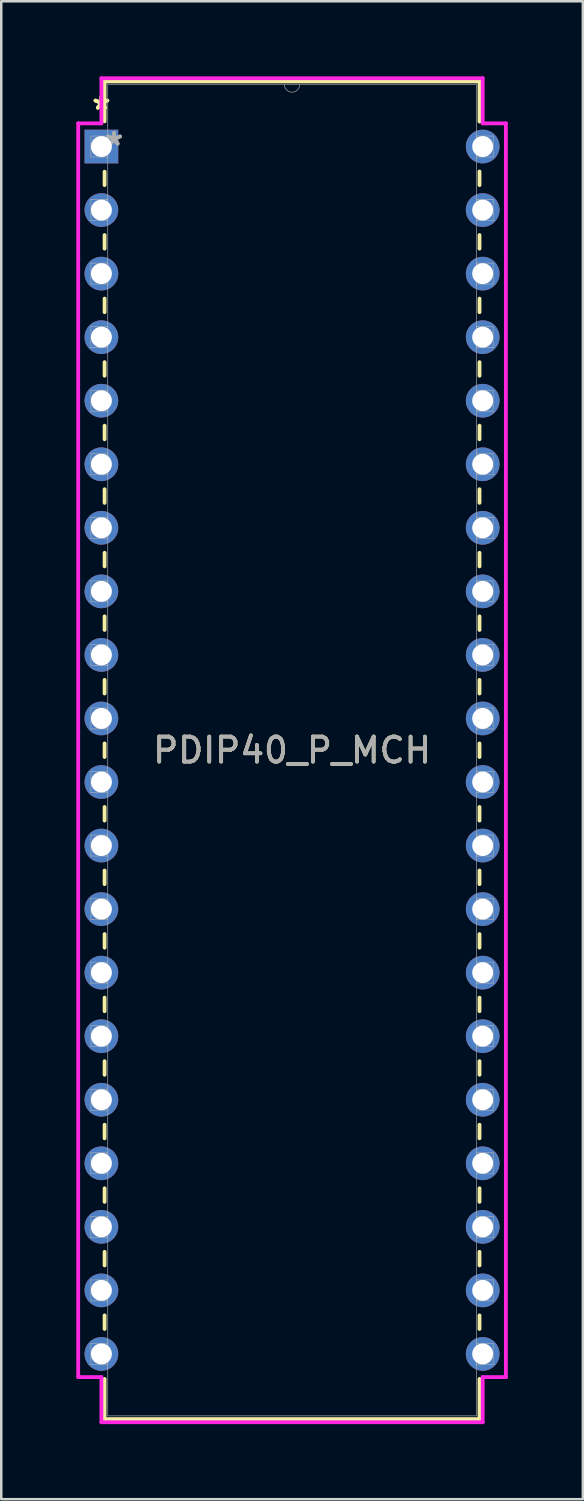
<source format=kicad_pcb>
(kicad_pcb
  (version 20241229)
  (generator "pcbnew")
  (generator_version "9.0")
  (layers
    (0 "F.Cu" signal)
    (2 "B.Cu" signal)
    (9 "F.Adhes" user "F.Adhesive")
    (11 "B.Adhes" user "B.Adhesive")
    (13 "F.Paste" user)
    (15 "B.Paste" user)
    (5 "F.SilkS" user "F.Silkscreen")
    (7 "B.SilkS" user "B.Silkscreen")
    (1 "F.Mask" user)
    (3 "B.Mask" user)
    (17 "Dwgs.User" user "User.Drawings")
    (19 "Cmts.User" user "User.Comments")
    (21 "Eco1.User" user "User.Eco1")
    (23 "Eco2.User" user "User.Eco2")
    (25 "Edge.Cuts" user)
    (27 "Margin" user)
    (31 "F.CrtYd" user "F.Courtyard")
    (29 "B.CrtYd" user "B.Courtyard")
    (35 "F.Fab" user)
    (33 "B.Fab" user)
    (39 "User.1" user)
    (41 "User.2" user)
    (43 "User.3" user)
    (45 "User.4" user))
  (footprint "PDIP40_P_MCH"
    (layer "F.Cu")
    (at 1.003 2.807)
    (property "Reference" "PDIP40_P_MCH" (at 7.62 24.13 0) (unlocked yes) (layer "F.SilkS") (effects (font (size 1 1) (thickness 0.15))))
    (attr through_hole)
    (fp_line (start 0.127 -2.603) (end 0.127 -1.006) (stroke (width 0.152) (type solid)) (layer "F.SilkS"))
    (fp_line (start 0.127 1.006) (end 0.127 1.542) (stroke (width 0.152) (type solid)) (layer "F.SilkS"))
    (fp_line (start 0.127 3.538) (end 0.127 4.082) (stroke (width 0.152) (type solid)) (layer "F.SilkS"))
    (fp_line (start 0.127 6.078) (end 0.127 6.622) (stroke (width 0.152) (type solid)) (layer "F.SilkS"))
    (fp_line (start 0.127 8.618) (end 0.127 9.162) (stroke (width 0.152) (type solid)) (layer "F.SilkS"))
    (fp_line (start 0.127 11.158) (end 0.127 11.702) (stroke (width 0.152) (type solid)) (layer "F.SilkS"))
    (fp_line (start 0.127 13.698) (end 0.127 14.242) (stroke (width 0.152) (type solid)) (layer "F.SilkS"))
    (fp_line (start 0.127 16.238) (end 0.127 16.782) (stroke (width 0.152) (type solid)) (layer "F.SilkS"))
    (fp_line (start 0.127 18.778) (end 0.127 19.322) (stroke (width 0.152) (type solid)) (layer "F.SilkS"))
    (fp_line (start 0.127 21.318) (end 0.127 21.862) (stroke (width 0.152) (type solid)) (layer "F.SilkS"))
    (fp_line (start 0.127 23.858) (end 0.127 24.402) (stroke (width 0.152) (type solid)) (layer "F.SilkS"))
    (fp_line (start 0.127 26.398) (end 0.127 26.942) (stroke (width 0.152) (type solid)) (layer "F.SilkS"))
    (fp_line (start 0.127 28.938) (end 0.127 29.482) (stroke (width 0.152) (type solid)) (layer "F.SilkS"))
    (fp_line (start 0.127 31.478) (end 0.127 32.022) (stroke (width 0.152) (type solid)) (layer "F.SilkS"))
    (fp_line (start 0.127 34.018) (end 0.127 34.562) (stroke (width 0.152) (type solid)) (layer "F.SilkS"))
    (fp_line (start 0.127 36.558) (end 0.127 37.102) (stroke (width 0.152) (type solid)) (layer "F.SilkS"))
    (fp_line (start 0.127 39.098) (end 0.127 39.642) (stroke (width 0.152) (type solid)) (layer "F.SilkS"))
    (fp_line (start 0.127 41.638) (end 0.127 42.182) (stroke (width 0.152) (type solid)) (layer "F.SilkS"))
    (fp_line (start 0.127 44.178) (end 0.127 44.722) (stroke (width 0.152) (type solid)) (layer "F.SilkS"))
    (fp_line (start 0.127 46.718) (end 0.127 47.262) (stroke (width 0.152) (type solid)) (layer "F.SilkS"))
    (fp_line (start 0.127 49.258) (end 0.127 50.864) (stroke (width 0.152) (type solid)) (layer "F.SilkS"))
    (fp_line (start 0.127 50.864) (end 15.113 50.864) (stroke (width 0.152) (type solid)) (layer "F.SilkS"))
    (fp_line (start 15.113 -2.603) (end 0.127 -2.603) (stroke (width 0.152) (type solid)) (layer "F.SilkS"))
    (fp_line (start 15.113 -0.998) (end 15.113 -2.603) (stroke (width 0.152) (type solid)) (layer "F.SilkS"))
    (fp_line (start 15.113 1.542) (end 15.113 0.998) (stroke (width 0.152) (type solid)) (layer "F.SilkS"))
    (fp_line (start 15.113 4.082) (end 15.113 3.538) (stroke (width 0.152) (type solid)) (layer "F.SilkS"))
    (fp_line (start 15.113 6.622) (end 15.113 6.078) (stroke (width 0.152) (type solid)) (layer "F.SilkS"))
    (fp_line (start 15.113 9.162) (end 15.113 8.618) (stroke (width 0.152) (type solid)) (layer "F.SilkS"))
    (fp_line (start 15.113 11.702) (end 15.113 11.158) (stroke (width 0.152) (type solid)) (layer "F.SilkS"))
    (fp_line (start 15.113 14.242) (end 15.113 13.698) (stroke (width 0.152) (type solid)) (layer "F.SilkS"))
    (fp_line (start 15.113 16.782) (end 15.113 16.238) (stroke (width 0.152) (type solid)) (layer "F.SilkS"))
    (fp_line (start 15.113 19.322) (end 15.113 18.778) (stroke (width 0.152) (type solid)) (layer "F.SilkS"))
    (fp_line (start 15.113 21.862) (end 15.113 21.318) (stroke (width 0.152) (type solid)) (layer "F.SilkS"))
    (fp_line (start 15.113 24.402) (end 15.113 23.858) (stroke (width 0.152) (type solid)) (layer "F.SilkS"))
    (fp_line (start 15.113 26.942) (end 15.113 26.398) (stroke (width 0.152) (type solid)) (layer "F.SilkS"))
    (fp_line (start 15.113 29.482) (end 15.113 28.938) (stroke (width 0.152) (type solid)) (layer "F.SilkS"))
    (fp_line (start 15.113 32.022) (end 15.113 31.478) (stroke (width 0.152) (type solid)) (layer "F.SilkS"))
    (fp_line (start 15.113 34.562) (end 15.113 34.018) (stroke (width 0.152) (type solid)) (layer "F.SilkS"))
    (fp_line (start 15.113 37.102) (end 15.113 36.558) (stroke (width 0.152) (type solid)) (layer "F.SilkS"))
    (fp_line (start 15.113 39.642) (end 15.113 39.098) (stroke (width 0.152) (type solid)) (layer "F.SilkS"))
    (fp_line (start 15.113 42.182) (end 15.113 41.638) (stroke (width 0.152) (type solid)) (layer "F.SilkS"))
    (fp_line (start 15.113 44.722) (end 15.113 44.178) (stroke (width 0.152) (type solid)) (layer "F.SilkS"))
    (fp_line (start 15.113 47.262) (end 15.113 46.718) (stroke (width 0.152) (type solid)) (layer "F.SilkS"))
    (fp_line (start 15.113 50.864) (end 15.113 49.258) (stroke (width 0.152) (type solid)) (layer "F.SilkS"))
    (fp_line (start -0.927 -0.927) (end 0 -0.927) (stroke (width 0.152) (type solid)) (layer "F.CrtYd"))
    (fp_line (start -0.927 49.187) (end -0.927 -0.927) (stroke (width 0.152) (type solid)) (layer "F.CrtYd"))
    (fp_line (start 0 -2.731) (end 15.24 -2.731) (stroke (width 0.152) (type solid)) (layer "F.CrtYd"))
    (fp_line (start 0 -0.927) (end 0 -2.731) (stroke (width 0.152) (type solid)) (layer "F.CrtYd"))
    (fp_line (start 0 49.187) (end -0.927 49.187) (stroke (width 0.152) (type solid)) (layer "F.CrtYd"))
    (fp_line (start 0 50.99) (end 0 49.187) (stroke (width 0.152) (type solid)) (layer "F.CrtYd"))
    (fp_line (start 15.24 -2.731) (end 15.24 -0.927) (stroke (width 0.152) (type solid)) (layer "F.CrtYd"))
    (fp_line (start 15.24 49.187) (end 15.24 50.99) (stroke (width 0.152) (type solid)) (layer "F.CrtYd"))
    (fp_line (start 15.24 50.99) (end 0 50.99) (stroke (width 0.152) (type solid)) (layer "F.CrtYd"))
    (fp_line (start 16.167 -0.927) (end 15.24 -0.927) (stroke (width 0.152) (type solid)) (layer "F.CrtYd"))
    (fp_line (start 16.167 -0.927) (end 16.167 49.187) (stroke (width 0.152) (type solid)) (layer "F.CrtYd"))
    (fp_line (start 16.167 49.187) (end 15.24 49.187) (stroke (width 0.152) (type solid)) (layer "F.CrtYd"))
    (fp_line (start -0.419 -0.419) (end -0.419 0.419) (stroke (width 0.025) (type solid)) (layer "F.Fab"))
    (fp_line (start -0.419 0.419) (end 0.254 0.419) (stroke (width 0.025) (type solid)) (layer "F.Fab"))
    (fp_line (start -0.419 2.121) (end -0.419 2.959) (stroke (width 0.025) (type solid)) (layer "F.Fab"))
    (fp_line (start -0.419 2.959) (end 0.254 2.959) (stroke (width 0.025) (type solid)) (layer "F.Fab"))
    (fp_line (start -0.419 4.661) (end -0.419 5.499) (stroke (width 0.025) (type solid)) (layer "F.Fab"))
    (fp_line (start -0.419 5.499) (end 0.254 5.499) (stroke (width 0.025) (type solid)) (layer "F.Fab"))
    (fp_line (start -0.419 7.201) (end -0.419 8.039) (stroke (width 0.025) (type solid)) (layer "F.Fab"))
    (fp_line (start -0.419 8.039) (end 0.254 8.039) (stroke (width 0.025) (type solid)) (layer "F.Fab"))
    (fp_line (start -0.419 9.741) (end -0.419 10.579) (stroke (width 0.025) (type solid)) (layer "F.Fab"))
    (fp_line (start -0.419 10.579) (end 0.254 10.579) (stroke (width 0.025) (type solid)) (layer "F.Fab"))
    (fp_line (start -0.419 12.281) (end -0.419 13.119) (stroke (width 0.025) (type solid)) (layer "F.Fab"))
    (fp_line (start -0.419 13.119) (end 0.254 13.119) (stroke (width 0.025) (type solid)) (layer "F.Fab"))
    (fp_line (start -0.419 14.821) (end -0.419 15.659) (stroke (width 0.025) (type solid)) (layer "F.Fab"))
    (fp_line (start -0.419 15.659) (end 0.254 15.659) (stroke (width 0.025) (type solid)) (layer "F.Fab"))
    (fp_line (start -0.419 17.361) (end -0.419 18.199) (stroke (width 0.025) (type solid)) (layer "F.Fab"))
    (fp_line (start -0.419 18.199) (end 0.254 18.199) (stroke (width 0.025) (type solid)) (layer "F.Fab"))
    (fp_line (start -0.419 19.901) (end -0.419 20.739) (stroke (width 0.025) (type solid)) (layer "F.Fab"))
    (fp_line (start -0.419 20.739) (end 0.254 20.739) (stroke (width 0.025) (type solid)) (layer "F.Fab"))
    (fp_line (start -0.419 22.441) (end -0.419 23.279) (stroke (width 0.025) (type solid)) (layer "F.Fab"))
    (fp_line (start -0.419 23.279) (end 0.254 23.279) (stroke (width 0.025) (type solid)) (layer "F.Fab"))
    (fp_line (start -0.419 24.981) (end -0.419 25.819) (stroke (width 0.025) (type solid)) (layer "F.Fab"))
    (fp_line (start -0.419 25.819) (end 0.254 25.819) (stroke (width 0.025) (type solid)) (layer "F.Fab"))
    (fp_line (start -0.419 27.521) (end -0.419 28.359) (stroke (width 0.025) (type solid)) (layer "F.Fab"))
    (fp_line (start -0.419 28.359) (end 0.254 28.359) (stroke (width 0.025) (type solid)) (layer "F.Fab"))
    (fp_line (start -0.419 30.061) (end -0.419 30.899) (stroke (width 0.025) (type solid)) (layer "F.Fab"))
    (fp_line (start -0.419 30.899) (end 0.254 30.899) (stroke (width 0.025) (type solid)) (layer "F.Fab"))
    (fp_line (start -0.419 32.601) (end -0.419 33.439) (stroke (width 0.025) (type solid)) (layer "F.Fab"))
    (fp_line (start -0.419 33.439) (end 0.254 33.439) (stroke (width 0.025) (type solid)) (layer "F.Fab"))
    (fp_line (start -0.419 35.141) (end -0.419 35.979) (stroke (width 0.025) (type solid)) (layer "F.Fab"))
    (fp_line (start -0.419 35.979) (end 0.254 35.979) (stroke (width 0.025) (type solid)) (layer "F.Fab"))
    (fp_line (start -0.419 37.681) (end -0.419 38.519) (stroke (width 0.025) (type solid)) (layer "F.Fab"))
    (fp_line (start -0.419 38.519) (end 0.254 38.519) (stroke (width 0.025) (type solid)) (layer "F.Fab"))
    (fp_line (start -0.419 40.221) (end -0.419 41.059) (stroke (width 0.025) (type solid)) (layer "F.Fab"))
    (fp_line (start -0.419 41.059) (end 0.254 41.059) (stroke (width 0.025) (type solid)) (layer "F.Fab"))
    (fp_line (start -0.419 42.761) (end -0.419 43.599) (stroke (width 0.025) (type solid)) (layer "F.Fab"))
    (fp_line (start -0.419 43.599) (end 0.254 43.599) (stroke (width 0.025) (type solid)) (layer "F.Fab"))
    (fp_line (start -0.419 45.301) (end -0.419 46.139) (stroke (width 0.025) (type solid)) (layer "F.Fab"))
    (fp_line (start -0.419 46.139) (end 0.254 46.139) (stroke (width 0.025) (type solid)) (layer "F.Fab"))
    (fp_line (start -0.419 47.841) (end -0.419 48.679) (stroke (width 0.025) (type solid)) (layer "F.Fab"))
    (fp_line (start -0.419 48.679) (end 0.254 48.679) (stroke (width 0.025) (type solid)) (layer "F.Fab"))
    (fp_line (start 0.254 -2.477) (end 0.254 50.736) (stroke (width 0.025) (type solid)) (layer "F.Fab"))
    (fp_line (start 0.254 -0.419) (end -0.419 -0.419) (stroke (width 0.025) (type solid)) (layer "F.Fab"))
    (fp_line (start 0.254 0.419) (end 0.254 -0.419) (stroke (width 0.025) (type solid)) (layer "F.Fab"))
    (fp_line (start 0.254 2.121) (end -0.419 2.121) (stroke (width 0.025) (type solid)) (layer "F.Fab"))
    (fp_line (start 0.254 2.959) (end 0.254 2.121) (stroke (width 0.025) (type solid)) (layer "F.Fab"))
    (fp_line (start 0.254 4.661) (end -0.419 4.661) (stroke (width 0.025) (type solid)) (layer "F.Fab"))
    (fp_line (start 0.254 5.499) (end 0.254 4.661) (stroke (width 0.025) (type solid)) (layer "F.Fab"))
    (fp_line (start 0.254 7.201) (end -0.419 7.201) (stroke (width 0.025) (type solid)) (layer "F.Fab"))
    (fp_line (start 0.254 8.039) (end 0.254 7.201) (stroke (width 0.025) (type solid)) (layer "F.Fab"))
    (fp_line (start 0.254 9.741) (end -0.419 9.741) (stroke (width 0.025) (type solid)) (layer "F.Fab"))
    (fp_line (start 0.254 10.579) (end 0.254 9.741) (stroke (width 0.025) (type solid)) (layer "F.Fab"))
    (fp_line (start 0.254 12.281) (end -0.419 12.281) (stroke (width 0.025) (type solid)) (layer "F.Fab"))
    (fp_line (start 0.254 13.119) (end 0.254 12.281) (stroke (width 0.025) (type solid)) (layer "F.Fab"))
    (fp_line (start 0.254 14.821) (end -0.419 14.821) (stroke (width 0.025) (type solid)) (layer "F.Fab"))
    (fp_line (start 0.254 15.659) (end 0.254 14.821) (stroke (width 0.025) (type solid)) (layer "F.Fab"))
    (fp_line (start 0.254 17.361) (end -0.419 17.361) (stroke (width 0.025) (type solid)) (layer "F.Fab"))
    (fp_line (start 0.254 18.199) (end 0.254 17.361) (stroke (width 0.025) (type solid)) (layer "F.Fab"))
    (fp_line (start 0.254 19.901) (end -0.419 19.901) (stroke (width 0.025) (type solid)) (layer "F.Fab"))
    (fp_line (start 0.254 20.739) (end 0.254 19.901) (stroke (width 0.025) (type solid)) (layer "F.Fab"))
    (fp_line (start 0.254 22.441) (end -0.419 22.441) (stroke (width 0.025) (type solid)) (layer "F.Fab"))
    (fp_line (start 0.254 23.279) (end 0.254 22.441) (stroke (width 0.025) (type solid)) (layer "F.Fab"))
    (fp_line (start 0.254 24.981) (end -0.419 24.981) (stroke (width 0.025) (type solid)) (layer "F.Fab"))
    (fp_line (start 0.254 25.819) (end 0.254 24.981) (stroke (width 0.025) (type solid)) (layer "F.Fab"))
    (fp_line (start 0.254 27.521) (end -0.419 27.521) (stroke (width 0.025) (type solid)) (layer "F.Fab"))
    (fp_line (start 0.254 28.359) (end 0.254 27.521) (stroke (width 0.025) (type solid)) (layer "F.Fab"))
    (fp_line (start 0.254 30.061) (end -0.419 30.061) (stroke (width 0.025) (type solid)) (layer "F.Fab"))
    (fp_line (start 0.254 30.899) (end 0.254 30.061) (stroke (width 0.025) (type solid)) (layer "F.Fab"))
    (fp_line (start 0.254 32.601) (end -0.419 32.601) (stroke (width 0.025) (type solid)) (layer "F.Fab"))
    (fp_line (start 0.254 33.439) (end 0.254 32.601) (stroke (width 0.025) (type solid)) (layer "F.Fab"))
    (fp_line (start 0.254 35.141) (end -0.419 35.141) (stroke (width 0.025) (type solid)) (layer "F.Fab"))
    (fp_line (start 0.254 35.979) (end 0.254 35.141) (stroke (width 0.025) (type solid)) (layer "F.Fab"))
    (fp_line (start 0.254 37.681) (end -0.419 37.681) (stroke (width 0.025) (type solid)) (layer "F.Fab"))
    (fp_line (start 0.254 38.519) (end 0.254 37.681) (stroke (width 0.025) (type solid)) (layer "F.Fab"))
    (fp_line (start 0.254 40.221) (end -0.419 40.221) (stroke (width 0.025) (type solid)) (layer "F.Fab"))
    (fp_line (start 0.254 41.059) (end 0.254 40.221) (stroke (width 0.025) (type solid)) (layer "F.Fab"))
    (fp_line (start 0.254 42.761) (end -0.419 42.761) (stroke (width 0.025) (type solid)) (layer "F.Fab"))
    (fp_line (start 0.254 43.599) (end 0.254 42.761) (stroke (width 0.025) (type solid)) (layer "F.Fab"))
    (fp_line (start 0.254 45.301) (end -0.419 45.301) (stroke (width 0.025) (type solid)) (layer "F.Fab"))
    (fp_line (start 0.254 46.139) (end 0.254 45.301) (stroke (width 0.025) (type solid)) (layer "F.Fab"))
    (fp_line (start 0.254 47.841) (end -0.419 47.841) (stroke (width 0.025) (type solid)) (layer "F.Fab"))
    (fp_line (start 0.254 48.679) (end 0.254 47.841) (stroke (width 0.025) (type solid)) (layer "F.Fab"))
    (fp_line (start 0.254 50.736) (end 14.986 50.736) (stroke (width 0.025) (type solid)) (layer "F.Fab"))
    (fp_line (start 14.986 -2.477) (end 0.254 -2.477) (stroke (width 0.025) (type solid)) (layer "F.Fab"))
    (fp_line (start 14.986 -0.419) (end 14.986 0.419) (stroke (width 0.025) (type solid)) (layer "F.Fab"))
    (fp_line (start 14.986 0.419) (end 15.659 0.419) (stroke (width 0.025) (type solid)) (layer "F.Fab"))
    (fp_line (start 14.986 2.121) (end 14.986 2.959) (stroke (width 0.025) (type solid)) (layer "F.Fab"))
    (fp_line (start 14.986 2.959) (end 15.659 2.959) (stroke (width 0.025) (type solid)) (layer "F.Fab"))
    (fp_line (start 14.986 4.661) (end 14.986 5.499) (stroke (width 0.025) (type solid)) (layer "F.Fab"))
    (fp_line (start 14.986 5.499) (end 15.659 5.499) (stroke (width 0.025) (type solid)) (layer "F.Fab"))
    (fp_line (start 14.986 7.201) (end 14.986 8.039) (stroke (width 0.025) (type solid)) (layer "F.Fab"))
    (fp_line (start 14.986 8.039) (end 15.659 8.039) (stroke (width 0.025) (type solid)) (layer "F.Fab"))
    (fp_line (start 14.986 9.741) (end 14.986 10.579) (stroke (width 0.025) (type solid)) (layer "F.Fab"))
    (fp_line (start 14.986 10.579) (end 15.659 10.579) (stroke (width 0.025) (type solid)) (layer "F.Fab"))
    (fp_line (start 14.986 12.281) (end 14.986 13.119) (stroke (width 0.025) (type solid)) (layer "F.Fab"))
    (fp_line (start 14.986 13.119) (end 15.659 13.119) (stroke (width 0.025) (type solid)) (layer "F.Fab"))
    (fp_line (start 14.986 14.821) (end 14.986 15.659) (stroke (width 0.025) (type solid)) (layer "F.Fab"))
    (fp_line (start 14.986 15.659) (end 15.659 15.659) (stroke (width 0.025) (type solid)) (layer "F.Fab"))
    (fp_line (start 14.986 17.361) (end 14.986 18.199) (stroke (width 0.025) (type solid)) (layer "F.Fab"))
    (fp_line (start 14.986 18.199) (end 15.659 18.199) (stroke (width 0.025) (type solid)) (layer "F.Fab"))
    (fp_line (start 14.986 19.901) (end 14.986 20.739) (stroke (width 0.025) (type solid)) (layer "F.Fab"))
    (fp_line (start 14.986 20.739) (end 15.659 20.739) (stroke (width 0.025) (type solid)) (layer "F.Fab"))
    (fp_line (start 14.986 22.441) (end 14.986 23.279) (stroke (width 0.025) (type solid)) (layer "F.Fab"))
    (fp_line (start 14.986 23.279) (end 15.659 23.279) (stroke (width 0.025) (type solid)) (layer "F.Fab"))
    (fp_line (start 14.986 24.981) (end 14.986 25.819) (stroke (width 0.025) (type solid)) (layer "F.Fab"))
    (fp_line (start 14.986 25.819) (end 15.659 25.819) (stroke (width 0.025) (type solid)) (layer "F.Fab"))
    (fp_line (start 14.986 27.521) (end 14.986 28.359) (stroke (width 0.025) (type solid)) (layer "F.Fab"))
    (fp_line (start 14.986 28.359) (end 15.659 28.359) (stroke (width 0.025) (type solid)) (layer "F.Fab"))
    (fp_line (start 14.986 30.061) (end 14.986 30.899) (stroke (width 0.025) (type solid)) (layer "F.Fab"))
    (fp_line (start 14.986 30.899) (end 15.659 30.899) (stroke (width 0.025) (type solid)) (layer "F.Fab"))
    (fp_line (start 14.986 32.601) (end 14.986 33.439) (stroke (width 0.025) (type solid)) (layer "F.Fab"))
    (fp_line (start 14.986 33.439) (end 15.659 33.439) (stroke (width 0.025) (type solid)) (layer "F.Fab"))
    (fp_line (start 14.986 35.141) (end 14.986 35.979) (stroke (width 0.025) (type solid)) (layer "F.Fab"))
    (fp_line (start 14.986 35.979) (end 15.659 35.979) (stroke (width 0.025) (type solid)) (layer "F.Fab"))
    (fp_line (start 14.986 37.681) (end 14.986 38.519) (stroke (width 0.025) (type solid)) (layer "F.Fab"))
    (fp_line (start 14.986 38.519) (end 15.659 38.519) (stroke (width 0.025) (type solid)) (layer "F.Fab"))
    (fp_line (start 14.986 40.221) (end 14.986 41.059) (stroke (width 0.025) (type solid)) (layer "F.Fab"))
    (fp_line (start 14.986 41.059) (end 15.659 41.059) (stroke (width 0.025) (type solid)) (layer "F.Fab"))
    (fp_line (start 14.986 42.761) (end 14.986 43.599) (stroke (width 0.025) (type solid)) (layer "F.Fab"))
    (fp_line (start 14.986 43.599) (end 15.659 43.599) (stroke (width 0.025) (type solid)) (layer "F.Fab"))
    (fp_line (start 14.986 45.301) (end 14.986 46.139) (stroke (width 0.025) (type solid)) (layer "F.Fab"))
    (fp_line (start 14.986 46.139) (end 15.659 46.139) (stroke (width 0.025) (type solid)) (layer "F.Fab"))
    (fp_line (start 14.986 47.841) (end 14.986 48.679) (stroke (width 0.025) (type solid)) (layer "F.Fab"))
    (fp_line (start 14.986 48.679) (end 15.659 48.679) (stroke (width 0.025) (type solid)) (layer "F.Fab"))
    (fp_line (start 14.986 50.736) (end 14.986 -2.477) (stroke (width 0.025) (type solid)) (layer "F.Fab"))
    (fp_line (start 15.659 -0.419) (end 14.986 -0.419) (stroke (width 0.025) (type solid)) (layer "F.Fab"))
    (fp_line (start 15.659 0.419) (end 15.659 -0.419) (stroke (width 0.025) (type solid)) (layer "F.Fab"))
    (fp_line (start 15.659 2.121) (end 14.986 2.121) (stroke (width 0.025) (type solid)) (layer "F.Fab"))
    (fp_line (start 15.659 2.959) (end 15.659 2.121) (stroke (width 0.025) (type solid)) (layer "F.Fab"))
    (fp_line (start 15.659 4.661) (end 14.986 4.661) (stroke (width 0.025) (type solid)) (layer "F.Fab"))
    (fp_line (start 15.659 5.499) (end 15.659 4.661) (stroke (width 0.025) (type solid)) (layer "F.Fab"))
    (fp_line (start 15.659 7.201) (end 14.986 7.201) (stroke (width 0.025) (type solid)) (layer "F.Fab"))
    (fp_line (start 15.659 8.039) (end 15.659 7.201) (stroke (width 0.025) (type solid)) (layer "F.Fab"))
    (fp_line (start 15.659 9.741) (end 14.986 9.741) (stroke (width 0.025) (type solid)) (layer "F.Fab"))
    (fp_line (start 15.659 10.579) (end 15.659 9.741) (stroke (width 0.025) (type solid)) (layer "F.Fab"))
    (fp_line (start 15.659 12.281) (end 14.986 12.281) (stroke (width 0.025) (type solid)) (layer "F.Fab"))
    (fp_line (start 15.659 13.119) (end 15.659 12.281) (stroke (width 0.025) (type solid)) (layer "F.Fab"))
    (fp_line (start 15.659 14.821) (end 14.986 14.821) (stroke (width 0.025) (type solid)) (layer "F.Fab"))
    (fp_line (start 15.659 15.659) (end 15.659 14.821) (stroke (width 0.025) (type solid)) (layer "F.Fab"))
    (fp_line (start 15.659 17.361) (end 14.986 17.361) (stroke (width 0.025) (type solid)) (layer "F.Fab"))
    (fp_line (start 15.659 18.199) (end 15.659 17.361) (stroke (width 0.025) (type solid)) (layer "F.Fab"))
    (fp_line (start 15.659 19.901) (end 14.986 19.901) (stroke (width 0.025) (type solid)) (layer "F.Fab"))
    (fp_line (start 15.659 20.739) (end 15.659 19.901) (stroke (width 0.025) (type solid)) (layer "F.Fab"))
    (fp_line (start 15.659 22.441) (end 14.986 22.441) (stroke (width 0.025) (type solid)) (layer "F.Fab"))
    (fp_line (start 15.659 23.279) (end 15.659 22.441) (stroke (width 0.025) (type solid)) (layer "F.Fab"))
    (fp_line (start 15.659 24.981) (end 14.986 24.981) (stroke (width 0.025) (type solid)) (layer "F.Fab"))
    (fp_line (start 15.659 25.819) (end 15.659 24.981) (stroke (width 0.025) (type solid)) (layer "F.Fab"))
    (fp_line (start 15.659 27.521) (end 14.986 27.521) (stroke (width 0.025) (type solid)) (layer "F.Fab"))
    (fp_line (start 15.659 28.359) (end 15.659 27.521) (stroke (width 0.025) (type solid)) (layer "F.Fab"))
    (fp_line (start 15.659 30.061) (end 14.986 30.061) (stroke (width 0.025) (type solid)) (layer "F.Fab"))
    (fp_line (start 15.659 30.899) (end 15.659 30.061) (stroke (width 0.025) (type solid)) (layer "F.Fab"))
    (fp_line (start 15.659 32.601) (end 14.986 32.601) (stroke (width 0.025) (type solid)) (layer "F.Fab"))
    (fp_line (start 15.659 33.439) (end 15.659 32.601) (stroke (width 0.025) (type solid)) (layer "F.Fab"))
    (fp_line (start 15.659 35.141) (end 14.986 35.141) (stroke (width 0.025) (type solid)) (layer "F.Fab"))
    (fp_line (start 15.659 35.979) (end 15.659 35.141) (stroke (width 0.025) (type solid)) (layer "F.Fab"))
    (fp_line (start 15.659 37.681) (end 14.986 37.681) (stroke (width 0.025) (type solid)) (layer "F.Fab"))
    (fp_line (start 15.659 38.519) (end 15.659 37.681) (stroke (width 0.025) (type solid)) (layer "F.Fab"))
    (fp_line (start 15.659 40.221) (end 14.986 40.221) (stroke (width 0.025) (type solid)) (layer "F.Fab"))
    (fp_line (start 15.659 41.059) (end 15.659 40.221) (stroke (width 0.025) (type solid)) (layer "F.Fab"))
    (fp_line (start 15.659 42.761) (end 14.986 42.761) (stroke (width 0.025) (type solid)) (layer "F.Fab"))
    (fp_line (start 15.659 43.599) (end 15.659 42.761) (stroke (width 0.025) (type solid)) (layer "F.Fab"))
    (fp_line (start 15.659 45.301) (end 14.986 45.301) (stroke (width 0.025) (type solid)) (layer "F.Fab"))
    (fp_line (start 15.659 46.139) (end 15.659 45.301) (stroke (width 0.025) (type solid)) (layer "F.Fab"))
    (fp_line (start 15.659 47.841) (end 14.986 47.841) (stroke (width 0.025) (type solid)) (layer "F.Fab"))
    (fp_line (start 15.659 48.679) (end 15.659 47.841) (stroke (width 0.025) (type solid)) (layer "F.Fab"))
    (fp_arc (start 7.9248 -2.4765) (mid 7.62 -2.1717) (end 7.3152 -2.4765) (stroke (width 0.0254) (type solid)) (layer "F.Fab"))
    (fp_text user "*" (at 0 -1.435 0) (unlocked yes) (layer "F.SilkS") (effects (font (size 1 1) (thickness 0.15))))
    (fp_text user "*" (at 0 -1.435 0) (layer "F.SilkS") (effects (font (size 1 1) (thickness 0.15))))
    (fp_text user "*" (at 0.508 0 0) (unlocked yes) (layer "F.Fab") (effects (font (size 1 1) (thickness 0.15))))
    (fp_text user "*" (at 0.508 0 0) (layer "F.Fab") (effects (font (size 1 1) (thickness 0.15))))
    (fp_text user "${REFERENCE}" (at 7.62 24.13 0) (unlocked yes) (layer "F.Fab") (effects (font (size 1 1) (thickness 0.15))))
    (pad "1" thru_hole rect (at 0 0) (size 1.346 1.346) (drill 0.838) (layers "*.Cu" "*.Mask"))
    (pad "2" thru_hole circle (at 0 2.54) (size 1.346 1.346) (drill 0.838) (layers "*.Cu" "*.Mask"))
    (pad "3" thru_hole circle (at 0 5.08) (size 1.346 1.346) (drill 0.838) (layers "*.Cu" "*.Mask"))
    (pad "4" thru_hole circle (at 0 7.62) (size 1.346 1.346) (drill 0.838) (layers "*.Cu" "*.Mask"))
    (pad "5" thru_hole circle (at 0 10.16) (size 1.346 1.346) (drill 0.838) (layers "*.Cu" "*.Mask"))
    (pad "6" thru_hole circle (at 0 12.7) (size 1.346 1.346) (drill 0.838) (layers "*.Cu" "*.Mask"))
    (pad "7" thru_hole circle (at 0 15.24) (size 1.346 1.346) (drill 0.838) (layers "*.Cu" "*.Mask"))
    (pad "8" thru_hole circle (at 0 17.78) (size 1.346 1.346) (drill 0.838) (layers "*.Cu" "*.Mask"))
    (pad "9" thru_hole circle (at 0 20.32) (size 1.346 1.346) (drill 0.838) (layers "*.Cu" "*.Mask"))
    (pad "10" thru_hole circle (at 0 22.86) (size 1.346 1.346) (drill 0.838) (layers "*.Cu" "*.Mask"))
    (pad "11" thru_hole circle (at 0 25.4) (size 1.346 1.346) (drill 0.838) (layers "*.Cu" "*.Mask"))
    (pad "12" thru_hole circle (at 0 27.94) (size 1.346 1.346) (drill 0.838) (layers "*.Cu" "*.Mask"))
    (pad "13" thru_hole circle (at 0 30.48) (size 1.346 1.346) (drill 0.838) (layers "*.Cu" "*.Mask"))
    (pad "14" thru_hole circle (at 0 33.02) (size 1.346 1.346) (drill 0.838) (layers "*.Cu" "*.Mask"))
    (pad "15" thru_hole circle (at 0 35.56) (size 1.346 1.346) (drill 0.838) (layers "*.Cu" "*.Mask"))
    (pad "16" thru_hole circle (at 0 38.1) (size 1.346 1.346) (drill 0.838) (layers "*.Cu" "*.Mask"))
    (pad "17" thru_hole circle (at 0 40.64) (size 1.346 1.346) (drill 0.838) (layers "*.Cu" "*.Mask"))
    (pad "18" thru_hole circle (at 0 43.18) (size 1.346 1.346) (drill 0.838) (layers "*.Cu" "*.Mask"))
    (pad "19" thru_hole circle (at 0 45.72) (size 1.346 1.346) (drill 0.838) (layers "*.Cu" "*.Mask"))
    (pad "20" thru_hole circle (at 0 48.26) (size 1.346 1.346) (drill 0.838) (layers "*.Cu" "*.Mask"))
    (pad "21" thru_hole circle (at 15.24 48.26) (size 1.346 1.346) (drill 0.838) (layers "*.Cu" "*.Mask"))
    (pad "22" thru_hole circle (at 15.24 45.72) (size 1.346 1.346) (drill 0.838) (layers "*.Cu" "*.Mask"))
    (pad "23" thru_hole circle (at 15.24 43.18) (size 1.346 1.346) (drill 0.838) (layers "*.Cu" "*.Mask"))
    (pad "24" thru_hole circle (at 15.24 40.64) (size 1.346 1.346) (drill 0.838) (layers "*.Cu" "*.Mask"))
    (pad "25" thru_hole circle (at 15.24 38.1) (size 1.346 1.346) (drill 0.838) (layers "*.Cu" "*.Mask"))
    (pad "26" thru_hole circle (at 15.24 35.56) (size 1.346 1.346) (drill 0.838) (layers "*.Cu" "*.Mask"))
    (pad "27" thru_hole circle (at 15.24 33.02) (size 1.346 1.346) (drill 0.838) (layers "*.Cu" "*.Mask"))
    (pad "28" thru_hole circle (at 15.24 30.48) (size 1.346 1.346) (drill 0.838) (layers "*.Cu" "*.Mask"))
    (pad "29" thru_hole circle (at 15.24 27.94) (size 1.346 1.346) (drill 0.838) (layers "*.Cu" "*.Mask"))
    (pad "30" thru_hole circle (at 15.24 25.4) (size 1.346 1.346) (drill 0.838) (layers "*.Cu" "*.Mask"))
    (pad "31" thru_hole circle (at 15.24 22.86) (size 1.346 1.346) (drill 0.838) (layers "*.Cu" "*.Mask"))
    (pad "32" thru_hole circle (at 15.24 20.32) (size 1.346 1.346) (drill 0.838) (layers "*.Cu" "*.Mask"))
    (pad "33" thru_hole circle (at 15.24 17.78) (size 1.346 1.346) (drill 0.838) (layers "*.Cu" "*.Mask"))
    (pad "34" thru_hole circle (at 15.24 15.24) (size 1.346 1.346) (drill 0.838) (layers "*.Cu" "*.Mask"))
    (pad "35" thru_hole circle (at 15.24 12.7) (size 1.346 1.346) (drill 0.838) (layers "*.Cu" "*.Mask"))
    (pad "36" thru_hole circle (at 15.24 10.16) (size 1.346 1.346) (drill 0.838) (layers "*.Cu" "*.Mask"))
    (pad "37" thru_hole circle (at 15.24 7.62) (size 1.346 1.346) (drill 0.838) (layers "*.Cu" "*.Mask"))
    (pad "38" thru_hole circle (at 15.24 5.08) (size 1.346 1.346) (drill 0.838) (layers "*.Cu" "*.Mask"))
    (pad "39" thru_hole circle (at 15.24 2.54) (size 1.346 1.346) (drill 0.838) (layers "*.Cu" "*.Mask"))
    (pad "40" thru_hole circle (at 15.24 0) (size 1.346 1.346) (drill 0.838) (layers "*.Cu" "*.Mask")))
  (gr_rect
    (start -3 -3)
    (end 20.247 56.873)
    (stroke (width 0.1) (type default))
    (fill no)
    (layer "Edge.Cuts")))
</source>
